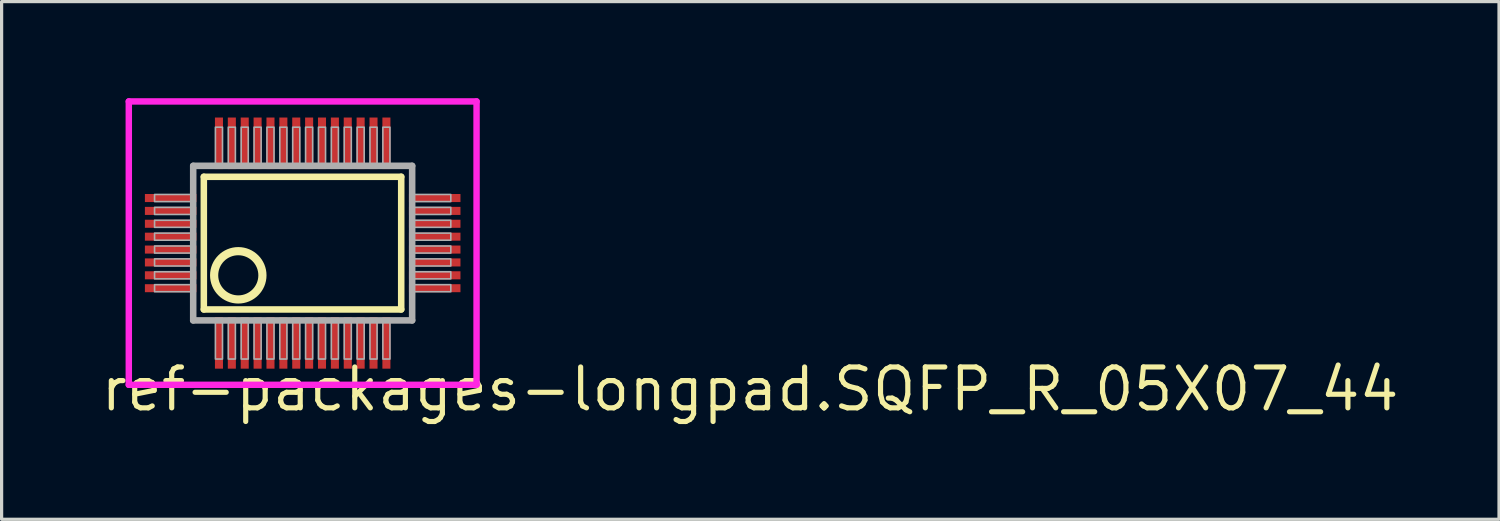
<source format=kicad_pcb>
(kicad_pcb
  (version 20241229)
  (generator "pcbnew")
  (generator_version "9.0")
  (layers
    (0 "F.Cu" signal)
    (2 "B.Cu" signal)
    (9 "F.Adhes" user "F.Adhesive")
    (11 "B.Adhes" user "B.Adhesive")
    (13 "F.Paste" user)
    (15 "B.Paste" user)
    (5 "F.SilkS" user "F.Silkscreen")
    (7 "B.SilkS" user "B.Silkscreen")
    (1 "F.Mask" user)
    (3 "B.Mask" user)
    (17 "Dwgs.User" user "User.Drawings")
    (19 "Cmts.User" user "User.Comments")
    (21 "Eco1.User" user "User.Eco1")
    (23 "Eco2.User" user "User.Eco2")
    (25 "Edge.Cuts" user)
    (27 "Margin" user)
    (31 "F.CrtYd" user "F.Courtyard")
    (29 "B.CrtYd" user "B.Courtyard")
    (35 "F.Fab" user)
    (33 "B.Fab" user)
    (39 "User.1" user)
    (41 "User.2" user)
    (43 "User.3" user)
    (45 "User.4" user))
  (footprint "ref-packages-longpad.SQFP_R_05X07_44"
    (layer "F.Cu")
    (at 6.35 4.5)
    (property "Reference" "ref-packages-longpad.SQFP_R_05X07_44" (at -6.35 5.28 0) (layer "F.SilkS") (effects (font (size 1.27 1.27) (thickness 0.16)) (justify left bottom)))
    (attr smd)
    (fp_line (start -3.07 -2.06) (end 3.06 -2.06) (stroke (width 0.203) (type default)) (layer "F.SilkS"))
    (fp_line (start -3.07 2.06) (end -3.07 -2.06) (stroke (width 0.203) (type default)) (layer "F.SilkS"))
    (fp_line (start 3.06 -2.06) (end 3.06 2.06) (stroke (width 0.203) (type default)) (layer "F.SilkS"))
    (fp_line (start 3.06 2.06) (end -3.07 2.06) (stroke (width 0.203) (type default)) (layer "F.SilkS"))
    (fp_circle (center -2 1) (end -1.25 1) (stroke (width 0.254) (type default)) (fill no) (layer "F.SilkS"))
    (fp_line (start -5.4 -4.4) (end 5.4 -4.4) (stroke (width 0.2) (type default)) (layer "F.CrtYd"))
    (fp_line (start -5.4 4.4) (end -5.4 -4.4) (stroke (width 0.2) (type default)) (layer "F.CrtYd"))
    (fp_line (start 5.4 -4.4) (end 5.4 4.4) (stroke (width 0.2) (type default)) (layer "F.CrtYd"))
    (fp_line (start 5.4 4.4) (end -5.4 4.4) (stroke (width 0.2) (type default)) (layer "F.CrtYd"))
    (fp_line (start -3.4 -2.4) (end -3.4 2.4) (stroke (width 0.203) (type default)) (layer "F.Fab"))
    (fp_line (start -3.4 2.4) (end 3.4 2.4) (stroke (width 0.203) (type default)) (layer "F.Fab"))
    (fp_line (start 3.4 -2.4) (end -3.4 -2.4) (stroke (width 0.203) (type default)) (layer "F.Fab"))
    (fp_line (start 3.4 2.4) (end 3.4 -2.4) (stroke (width 0.203) (type default)) (layer "F.Fab"))
    (fp_rect (start -4.6 -1.29) (end -3.45 -1.51) (stroke (width 0.05) (type default)) (fill no) (layer "F.Fab"))
    (fp_rect (start -4.6 -0.89) (end -3.45 -1.11) (stroke (width 0.05) (type default)) (fill no) (layer "F.Fab"))
    (fp_rect (start -4.6 -0.49) (end -3.45 -0.71) (stroke (width 0.05) (type default)) (fill no) (layer "F.Fab"))
    (fp_rect (start -4.6 -0.09) (end -3.45 -0.31) (stroke (width 0.05) (type default)) (fill no) (layer "F.Fab"))
    (fp_rect (start -4.6 0.31) (end -3.45 0.09) (stroke (width 0.05) (type default)) (fill no) (layer "F.Fab"))
    (fp_rect (start -4.6 0.71) (end -3.45 0.49) (stroke (width 0.05) (type default)) (fill no) (layer "F.Fab"))
    (fp_rect (start -4.6 1.11) (end -3.45 0.89) (stroke (width 0.05) (type default)) (fill no) (layer "F.Fab"))
    (fp_rect (start -4.6 1.51) (end -3.45 1.29) (stroke (width 0.05) (type default)) (fill no) (layer "F.Fab"))
    (fp_rect (start -2.71 -2.45) (end -2.49 -3.6) (stroke (width 0.05) (type default)) (fill no) (layer "F.Fab"))
    (fp_rect (start -2.71 3.6) (end -2.49 2.45) (stroke (width 0.05) (type default)) (fill no) (layer "F.Fab"))
    (fp_rect (start -2.31 -2.45) (end -2.09 -3.6) (stroke (width 0.05) (type default)) (fill no) (layer "F.Fab"))
    (fp_rect (start -2.31 3.6) (end -2.09 2.45) (stroke (width 0.05) (type default)) (fill no) (layer "F.Fab"))
    (fp_rect (start -1.91 -2.45) (end -1.69 -3.6) (stroke (width 0.05) (type default)) (fill no) (layer "F.Fab"))
    (fp_rect (start -1.91 3.6) (end -1.69 2.45) (stroke (width 0.05) (type default)) (fill no) (layer "F.Fab"))
    (fp_rect (start -1.51 -2.45) (end -1.29 -3.6) (stroke (width 0.05) (type default)) (fill no) (layer "F.Fab"))
    (fp_rect (start -1.51 3.6) (end -1.29 2.45) (stroke (width 0.05) (type default)) (fill no) (layer "F.Fab"))
    (fp_rect (start -1.11 -2.45) (end -0.89 -3.6) (stroke (width 0.05) (type default)) (fill no) (layer "F.Fab"))
    (fp_rect (start -1.11 3.6) (end -0.89 2.45) (stroke (width 0.05) (type default)) (fill no) (layer "F.Fab"))
    (fp_rect (start -0.71 -2.45) (end -0.49 -3.6) (stroke (width 0.05) (type default)) (fill no) (layer "F.Fab"))
    (fp_rect (start -0.71 3.6) (end -0.49 2.45) (stroke (width 0.05) (type default)) (fill no) (layer "F.Fab"))
    (fp_rect (start -0.31 -2.45) (end -0.09 -3.6) (stroke (width 0.05) (type default)) (fill no) (layer "F.Fab"))
    (fp_rect (start -0.31 3.6) (end -0.09 2.45) (stroke (width 0.05) (type default)) (fill no) (layer "F.Fab"))
    (fp_rect (start 0.09 -2.45) (end 0.31 -3.6) (stroke (width 0.05) (type default)) (fill no) (layer "F.Fab"))
    (fp_rect (start 0.09 3.6) (end 0.31 2.45) (stroke (width 0.05) (type default)) (fill no) (layer "F.Fab"))
    (fp_rect (start 0.49 -2.45) (end 0.71 -3.6) (stroke (width 0.05) (type default)) (fill no) (layer "F.Fab"))
    (fp_rect (start 0.49 3.6) (end 0.71 2.45) (stroke (width 0.05) (type default)) (fill no) (layer "F.Fab"))
    (fp_rect (start 0.89 -2.45) (end 1.11 -3.6) (stroke (width 0.05) (type default)) (fill no) (layer "F.Fab"))
    (fp_rect (start 0.89 3.6) (end 1.11 2.45) (stroke (width 0.05) (type default)) (fill no) (layer "F.Fab"))
    (fp_rect (start 1.29 -2.45) (end 1.51 -3.6) (stroke (width 0.05) (type default)) (fill no) (layer "F.Fab"))
    (fp_rect (start 1.29 3.6) (end 1.51 2.45) (stroke (width 0.05) (type default)) (fill no) (layer "F.Fab"))
    (fp_rect (start 1.69 -2.45) (end 1.91 -3.6) (stroke (width 0.05) (type default)) (fill no) (layer "F.Fab"))
    (fp_rect (start 1.69 3.6) (end 1.91 2.45) (stroke (width 0.05) (type default)) (fill no) (layer "F.Fab"))
    (fp_rect (start 2.09 -2.45) (end 2.31 -3.6) (stroke (width 0.05) (type default)) (fill no) (layer "F.Fab"))
    (fp_rect (start 2.09 3.6) (end 2.31 2.45) (stroke (width 0.05) (type default)) (fill no) (layer "F.Fab"))
    (fp_rect (start 2.49 -2.45) (end 2.71 -3.6) (stroke (width 0.05) (type default)) (fill no) (layer "F.Fab"))
    (fp_rect (start 2.49 3.6) (end 2.71 2.45) (stroke (width 0.05) (type default)) (fill no) (layer "F.Fab"))
    (fp_rect (start 3.45 -1.29) (end 4.6 -1.51) (stroke (width 0.05) (type default)) (fill no) (layer "F.Fab"))
    (fp_rect (start 3.45 -0.89) (end 4.6 -1.11) (stroke (width 0.05) (type default)) (fill no) (layer "F.Fab"))
    (fp_rect (start 3.45 -0.49) (end 4.6 -0.71) (stroke (width 0.05) (type default)) (fill no) (layer "F.Fab"))
    (fp_rect (start 3.45 -0.09) (end 4.6 -0.31) (stroke (width 0.05) (type default)) (fill no) (layer "F.Fab"))
    (fp_rect (start 3.45 0.31) (end 4.6 0.09) (stroke (width 0.05) (type default)) (fill no) (layer "F.Fab"))
    (fp_rect (start 3.45 0.71) (end 4.6 0.49) (stroke (width 0.05) (type default)) (fill no) (layer "F.Fab"))
    (fp_rect (start 3.45 1.11) (end 4.6 0.89) (stroke (width 0.05) (type default)) (fill no) (layer "F.Fab"))
    (fp_rect (start 3.45 1.51) (end 4.6 1.29) (stroke (width 0.05) (type default)) (fill no) (layer "F.Fab"))
    (pad "1" smd roundrect (at -2.6 3.1) (size 0.25 1.6) (layers "F.Cu" "F.Mask" "F.Paste") (roundrect_rratio 0.01))
    (pad "2" smd roundrect (at -2.2 3.1) (size 0.25 1.6) (layers "F.Cu" "F.Mask" "F.Paste") (roundrect_rratio 0.01))
    (pad "3" smd roundrect (at -1.8 3.1) (size 0.25 1.6) (layers "F.Cu" "F.Mask" "F.Paste") (roundrect_rratio 0.01))
    (pad "4" smd roundrect (at -1.4 3.1) (size 0.25 1.6) (layers "F.Cu" "F.Mask" "F.Paste") (roundrect_rratio 0.01))
    (pad "5" smd roundrect (at -1 3.1) (size 0.25 1.6) (layers "F.Cu" "F.Mask" "F.Paste") (roundrect_rratio 0.01))
    (pad "6" smd roundrect (at -0.6 3.1) (size 0.25 1.6) (layers "F.Cu" "F.Mask" "F.Paste") (roundrect_rratio 0.01))
    (pad "7" smd roundrect (at -0.2 3.1) (size 0.25 1.6) (layers "F.Cu" "F.Mask" "F.Paste") (roundrect_rratio 0.01))
    (pad "8" smd roundrect (at 0.2 3.1) (size 0.25 1.6) (layers "F.Cu" "F.Mask" "F.Paste") (roundrect_rratio 0.01))
    (pad "9" smd roundrect (at 0.6 3.1) (size 0.25 1.6) (layers "F.Cu" "F.Mask" "F.Paste") (roundrect_rratio 0.01))
    (pad "10" smd roundrect (at 1 3.1) (size 0.25 1.6) (layers "F.Cu" "F.Mask" "F.Paste") (roundrect_rratio 0.01))
    (pad "11" smd roundrect (at 1.4 3.1) (size 0.25 1.6) (layers "F.Cu" "F.Mask" "F.Paste") (roundrect_rratio 0.01))
    (pad "12" smd roundrect (at 1.8 3.1) (size 0.25 1.6) (layers "F.Cu" "F.Mask" "F.Paste") (roundrect_rratio 0.01))
    (pad "13" smd roundrect (at 2.2 3.1) (size 0.25 1.6) (layers "F.Cu" "F.Mask" "F.Paste") (roundrect_rratio 0.01))
    (pad "14" smd roundrect (at 2.6 3.1) (size 0.25 1.6) (layers "F.Cu" "F.Mask" "F.Paste") (roundrect_rratio 0.01))
    (pad "15" smd roundrect (at 4.1 1.4) (size 1.6 0.25) (layers "F.Cu" "F.Mask" "F.Paste") (roundrect_rratio 0.01))
    (pad "16" smd roundrect (at 4.1 1) (size 1.6 0.25) (layers "F.Cu" "F.Mask" "F.Paste") (roundrect_rratio 0.01))
    (pad "17" smd roundrect (at 4.1 0.6) (size 1.6 0.25) (layers "F.Cu" "F.Mask" "F.Paste") (roundrect_rratio 0.01))
    (pad "18" smd roundrect (at 4.1 0.2) (size 1.6 0.25) (layers "F.Cu" "F.Mask" "F.Paste") (roundrect_rratio 0.01))
    (pad "19" smd roundrect (at 4.1 -0.2) (size 1.6 0.25) (layers "F.Cu" "F.Mask" "F.Paste") (roundrect_rratio 0.01))
    (pad "20" smd roundrect (at 4.1 -0.6) (size 1.6 0.25) (layers "F.Cu" "F.Mask" "F.Paste") (roundrect_rratio 0.01))
    (pad "21" smd roundrect (at 4.1 -1) (size 1.6 0.25) (layers "F.Cu" "F.Mask" "F.Paste") (roundrect_rratio 0.01))
    (pad "22" smd roundrect (at 4.1 -1.4) (size 1.6 0.25) (layers "F.Cu" "F.Mask" "F.Paste") (roundrect_rratio 0.01))
    (pad "23" smd roundrect (at 2.6 -3.1) (size 0.25 1.6) (layers "F.Cu" "F.Mask" "F.Paste") (roundrect_rratio 0.01))
    (pad "24" smd roundrect (at 2.2 -3.1) (size 0.25 1.6) (layers "F.Cu" "F.Mask" "F.Paste") (roundrect_rratio 0.01))
    (pad "25" smd roundrect (at 1.8 -3.1) (size 0.25 1.6) (layers "F.Cu" "F.Mask" "F.Paste") (roundrect_rratio 0.01))
    (pad "26" smd roundrect (at 1.4 -3.1) (size 0.25 1.6) (layers "F.Cu" "F.Mask" "F.Paste") (roundrect_rratio 0.01))
    (pad "27" smd roundrect (at 1 -3.1) (size 0.25 1.6) (layers "F.Cu" "F.Mask" "F.Paste") (roundrect_rratio 0.01))
    (pad "28" smd roundrect (at 0.6 -3.1) (size 0.25 1.6) (layers "F.Cu" "F.Mask" "F.Paste") (roundrect_rratio 0.01))
    (pad "29" smd roundrect (at 0.2 -3.1) (size 0.25 1.6) (layers "F.Cu" "F.Mask" "F.Paste") (roundrect_rratio 0.01))
    (pad "30" smd roundrect (at -0.2 -3.1) (size 0.25 1.6) (layers "F.Cu" "F.Mask" "F.Paste") (roundrect_rratio 0.01))
    (pad "31" smd roundrect (at -0.6 -3.1) (size 0.25 1.6) (layers "F.Cu" "F.Mask" "F.Paste") (roundrect_rratio 0.01))
    (pad "32" smd roundrect (at -1 -3.1) (size 0.25 1.6) (layers "F.Cu" "F.Mask" "F.Paste") (roundrect_rratio 0.01))
    (pad "33" smd roundrect (at -1.4 -3.1) (size 0.25 1.6) (layers "F.Cu" "F.Mask" "F.Paste") (roundrect_rratio 0.01))
    (pad "34" smd roundrect (at -1.8 -3.1) (size 0.25 1.6) (layers "F.Cu" "F.Mask" "F.Paste") (roundrect_rratio 0.01))
    (pad "35" smd roundrect (at -2.2 -3.1) (size 0.25 1.6) (layers "F.Cu" "F.Mask" "F.Paste") (roundrect_rratio 0.01))
    (pad "36" smd roundrect (at -2.6 -3.1) (size 0.25 1.6) (layers "F.Cu" "F.Mask" "F.Paste") (roundrect_rratio 0.01))
    (pad "37" smd roundrect (at -4.1 -1.4) (size 1.6 0.25) (layers "F.Cu" "F.Mask" "F.Paste") (roundrect_rratio 0.01))
    (pad "38" smd roundrect (at -4.1 -1) (size 1.6 0.25) (layers "F.Cu" "F.Mask" "F.Paste") (roundrect_rratio 0.01))
    (pad "39" smd roundrect (at -4.1 -0.6) (size 1.6 0.25) (layers "F.Cu" "F.Mask" "F.Paste") (roundrect_rratio 0.01))
    (pad "40" smd roundrect (at -4.1 -0.2) (size 1.6 0.25) (layers "F.Cu" "F.Mask" "F.Paste") (roundrect_rratio 0.01))
    (pad "41" smd roundrect (at -4.1 0.2) (size 1.6 0.25) (layers "F.Cu" "F.Mask" "F.Paste") (roundrect_rratio 0.01))
    (pad "42" smd roundrect (at -4.1 0.6) (size 1.6 0.25) (layers "F.Cu" "F.Mask" "F.Paste") (roundrect_rratio 0.01))
    (pad "43" smd roundrect (at -4.1 1) (size 1.6 0.25) (layers "F.Cu" "F.Mask" "F.Paste") (roundrect_rratio 0.01))
    (pad "44" smd roundrect (at -4.1 1.4) (size 1.6 0.25) (layers "F.Cu" "F.Mask" "F.Paste") (roundrect_rratio 0.01)))
  (gr_rect
    (start -3 -3)
    (end 43.503 13.077)
    (stroke (width 0.1) (type default))
    (fill no)
    (layer "Edge.Cuts")))
</source>
